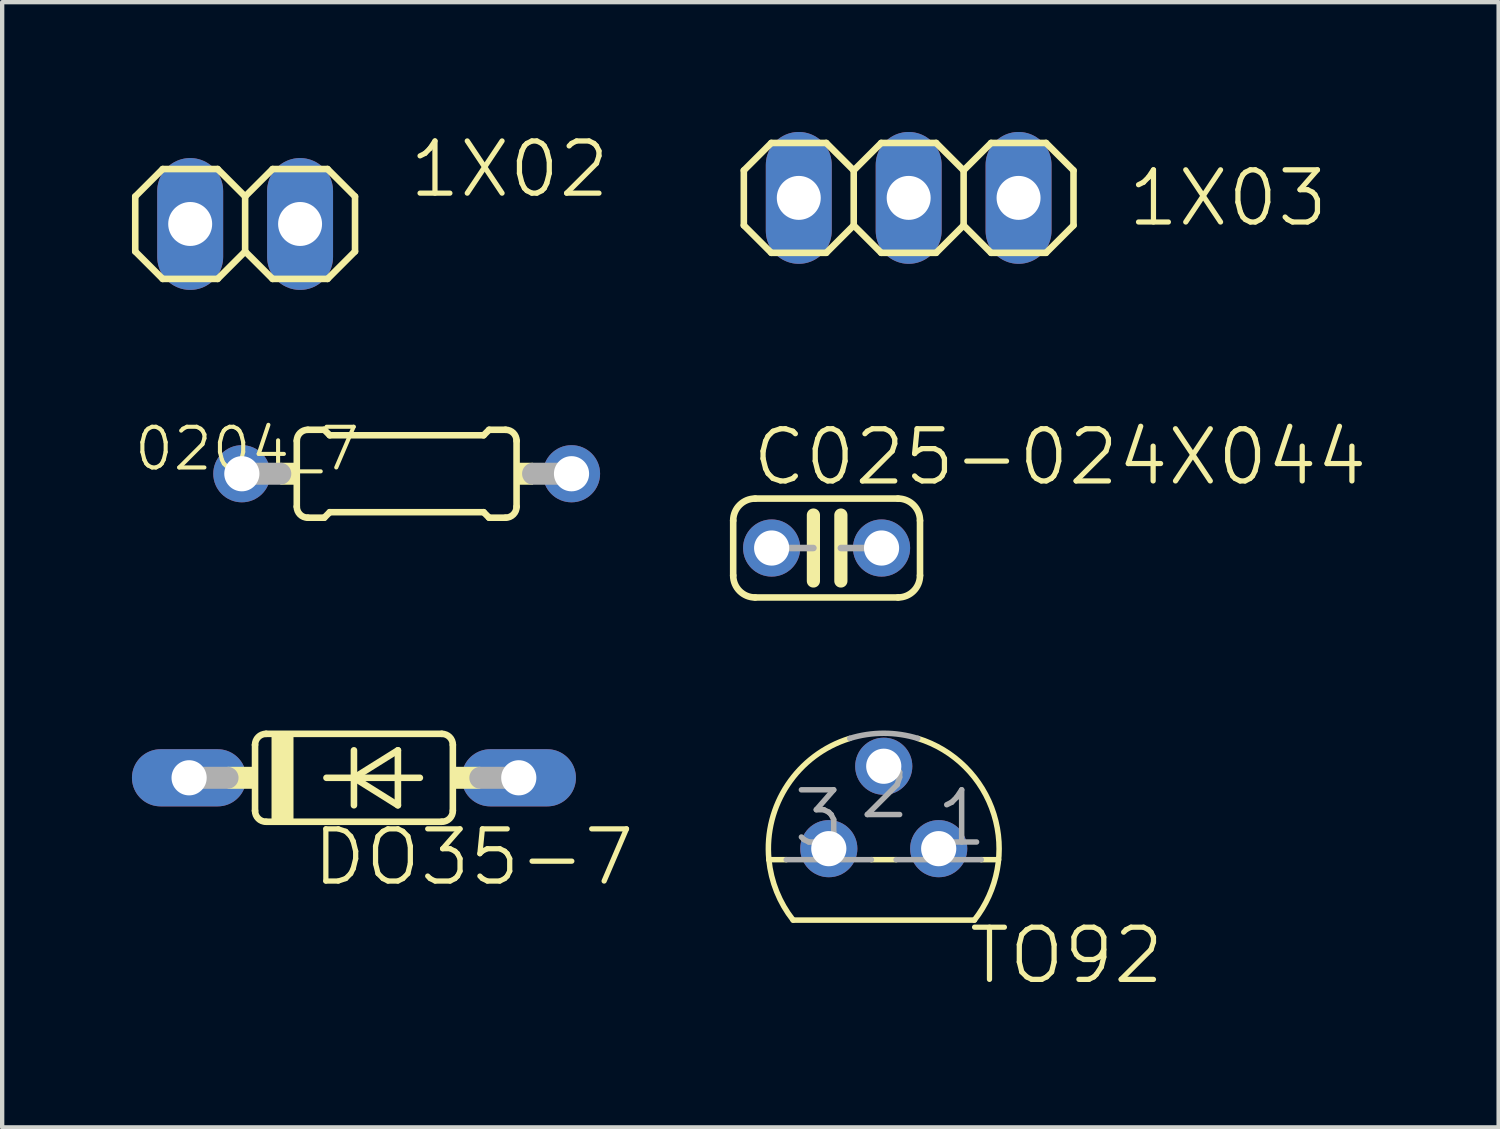
<source format=kicad_pcb>
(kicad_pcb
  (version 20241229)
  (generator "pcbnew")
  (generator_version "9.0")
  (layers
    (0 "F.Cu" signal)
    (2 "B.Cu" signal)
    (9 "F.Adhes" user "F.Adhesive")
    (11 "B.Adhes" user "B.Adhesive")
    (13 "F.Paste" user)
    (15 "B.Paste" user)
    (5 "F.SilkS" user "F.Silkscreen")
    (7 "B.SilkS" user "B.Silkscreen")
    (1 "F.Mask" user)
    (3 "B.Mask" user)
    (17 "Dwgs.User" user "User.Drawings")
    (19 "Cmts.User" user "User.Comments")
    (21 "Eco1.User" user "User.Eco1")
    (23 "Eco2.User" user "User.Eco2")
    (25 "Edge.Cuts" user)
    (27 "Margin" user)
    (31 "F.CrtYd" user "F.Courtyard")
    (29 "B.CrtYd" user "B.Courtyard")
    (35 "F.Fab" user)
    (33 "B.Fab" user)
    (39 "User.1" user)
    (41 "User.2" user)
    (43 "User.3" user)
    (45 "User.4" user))
  (footprint "0204_7"
    (layer "F.Cu")
    (at 6.35 7.9)
    (property "Reference" "0204_7" (at -6.35 -0.025 0) (layer "F.SilkS") (effects (font (size 0.941 0.941) (thickness 0.094)) (justify left bottom)))
    (attr through_hole)
    (fp_line (start -2.54 0.762) (end -2.54 -0.762) (stroke (width 0.152) (type solid)) (layer "F.SilkS"))
    (fp_line (start -2.286 -1.016) (end -1.905 -1.016) (stroke (width 0.152) (type solid)) (layer "F.SilkS"))
    (fp_line (start -2.286 1.016) (end -1.905 1.016) (stroke (width 0.152) (type solid)) (layer "F.SilkS"))
    (fp_line (start -1.778 -0.889) (end -1.905 -1.016) (stroke (width 0.152) (type solid)) (layer "F.SilkS"))
    (fp_line (start -1.778 0.889) (end -1.905 1.016) (stroke (width 0.152) (type solid)) (layer "F.SilkS"))
    (fp_line (start 1.778 -0.889) (end -1.778 -0.889) (stroke (width 0.152) (type solid)) (layer "F.SilkS"))
    (fp_line (start 1.778 -0.889) (end 1.905 -1.016) (stroke (width 0.152) (type solid)) (layer "F.SilkS"))
    (fp_line (start 1.778 0.889) (end -1.778 0.889) (stroke (width 0.152) (type solid)) (layer "F.SilkS"))
    (fp_line (start 1.778 0.889) (end 1.905 1.016) (stroke (width 0.152) (type solid)) (layer "F.SilkS"))
    (fp_line (start 2.286 -1.016) (end 1.905 -1.016) (stroke (width 0.152) (type solid)) (layer "F.SilkS"))
    (fp_line (start 2.286 1.016) (end 1.905 1.016) (stroke (width 0.152) (type solid)) (layer "F.SilkS"))
    (fp_line (start 2.54 0.762) (end 2.54 -0.762) (stroke (width 0.152) (type solid)) (layer "F.SilkS"))
    (fp_arc (start -2.54 -0.762) (mid -2.465605 -0.941605) (end -2.286 -1.016) (stroke (width 0.1524) (type solid)) (layer "F.SilkS"))
    (fp_arc (start -2.286 1.016) (mid -2.465605 0.941605) (end -2.54 0.762) (stroke (width 0.1524) (type solid)) (layer "F.SilkS"))
    (fp_arc (start 2.286 -1.016) (mid 2.465605 -0.941605) (end 2.54 -0.762) (stroke (width 0.1524) (type solid)) (layer "F.SilkS"))
    (fp_arc (start 2.54 0.762) (mid 2.465605 0.941605) (end 2.286 1.016) (stroke (width 0.1524) (type solid)) (layer "F.SilkS"))
    (fp_poly (pts (xy -2.921 0.254) (xy -2.54 0.254) (xy -2.54 -0.254) (xy -2.921 -0.254)) (stroke (width 0) (type solid)) (fill yes) (layer "F.SilkS"))
    (fp_poly (pts (xy 2.54 0.254) (xy 2.921 0.254) (xy 2.921 -0.254) (xy 2.54 -0.254)) (stroke (width 0) (type solid)) (fill yes) (layer "F.SilkS"))
    (fp_line (start -3.81 0) (end -2.921 0) (stroke (width 0.508) (type solid)) (layer "F.Fab"))
    (fp_line (start 3.81 0) (end 2.921 0) (stroke (width 0.508) (type solid)) (layer "F.Fab"))
    (pad "1" thru_hole circle (at -3.81 0) (size 1.321 1.321) (drill 0.813) (layers "*.Cu" "*.Mask"))
    (pad "2" thru_hole circle (at 3.81 0) (size 1.321 1.321) (drill 0.813) (layers "*.Cu" "*.Mask")))
  (footprint "TO92"
    (layer "F.Cu")
    (at 17.377 16.566)
    (property "Reference" "TO92" (at 1.905 3.175 0) (layer "F.SilkS") (effects (font (size 1.206 1.206) (thickness 0.121)) (justify left bottom)))
    (attr through_hole)
    (fp_line (start -2.655 0.254) (end -2.254 0.254) (stroke (width 0.127) (type solid)) (layer "F.SilkS"))
    (fp_line (start -2.095 1.651) (end 2.095 1.651) (stroke (width 0.127) (type solid)) (layer "F.SilkS"))
    (fp_line (start -0.286 0.254) (end 0.286 0.254) (stroke (width 0.127) (type solid)) (layer "F.SilkS"))
    (fp_line (start 2.254 0.254) (end 2.655 0.254) (stroke (width 0.127) (type solid)) (layer "F.SilkS"))
    (fp_arc (start -2.6549 0.254) (mid -2.219001 -1.479566) (end -0.786299 -2.548501) (stroke (width 0.127) (type solid)) (layer "F.SilkS"))
    (fp_arc (start -2.0946 1.651) (mid -2.475347 0.992847) (end -2.654901 0.254) (stroke (width 0.127) (type solid)) (layer "F.SilkS"))
    (fp_arc (start 0.7863 -2.5484) (mid 2.546275 -0.793203) (end 2.094499 1.651) (stroke (width 0.127) (type solid)) (layer "F.SilkS"))
    (fp_line (start -2.254 0.254) (end -0.286 0.254) (stroke (width 0.127) (type solid)) (layer "F.Fab"))
    (fp_line (start 0.286 0.254) (end 2.254 0.254) (stroke (width 0.127) (type solid)) (layer "F.Fab"))
    (fp_arc (start -0.7863 -2.5485) (mid 0 -2.667043) (end 0.7863 -2.5485) (stroke (width 0.127) (type solid)) (layer "F.Fab"))
    (fp_text user "2" (at -0.635 -0.635 0) (layer "F.Fab") (effects (font (size 1.206 1.206) (thickness 0.127)) (justify left bottom)))
    (fp_text user "3" (at -2.159 0 0) (layer "F.Fab") (effects (font (size 1.206 1.206) (thickness 0.127)) (justify left bottom)))
    (fp_text user "1" (at 1.143 0 0) (layer "F.Fab") (effects (font (size 1.206 1.206) (thickness 0.127)) (justify left bottom)))
    (pad "1" thru_hole circle (at 1.27 0) (size 1.321 1.321) (drill 0.813) (layers "*.Cu" "*.Mask"))
    (pad "2" thru_hole circle (at 0 -1.905) (size 1.321 1.321) (drill 0.813) (layers "*.Cu" "*.Mask"))
    (pad "3" thru_hole circle (at -1.27 0) (size 1.321 1.321) (drill 0.813) (layers "*.Cu" "*.Mask")))
  (footprint "DO35-7"
    (layer "F.Cu")
    (at 5.131 14.928)
    (property "Reference" "DO35-7" (at -1.016 2.54 180) (layer "F.SilkS") (effects (font (size 1.206 1.206) (thickness 0.121)) (justify left bottom)))
    (attr through_hole)
    (fp_line (start -2.286 -0.762) (end -2.286 0.762) (stroke (width 0.152) (type solid)) (layer "F.SilkS"))
    (fp_line (start -2.032 -1.016) (end 2.032 -1.016) (stroke (width 0.152) (type solid)) (layer "F.SilkS"))
    (fp_line (start -2.032 1.016) (end 2.032 1.016) (stroke (width 0.152) (type solid)) (layer "F.SilkS"))
    (fp_line (start -0.635 0) (end 0 0) (stroke (width 0.152) (type solid)) (layer "F.SilkS"))
    (fp_line (start 0 -0.635) (end 0 0) (stroke (width 0.152) (type solid)) (layer "F.SilkS"))
    (fp_line (start 0 0) (end 0 0.635) (stroke (width 0.152) (type solid)) (layer "F.SilkS"))
    (fp_line (start 0 0) (end 1.016 -0.635) (stroke (width 0.152) (type solid)) (layer "F.SilkS"))
    (fp_line (start 0 0) (end 1.524 0) (stroke (width 0.152) (type solid)) (layer "F.SilkS"))
    (fp_line (start 1.016 -0.635) (end 1.016 0.635) (stroke (width 0.152) (type solid)) (layer "F.SilkS"))
    (fp_line (start 1.016 0.635) (end 0 0) (stroke (width 0.152) (type solid)) (layer "F.SilkS"))
    (fp_line (start 2.286 -0.762) (end 2.286 0.762) (stroke (width 0.152) (type solid)) (layer "F.SilkS"))
    (fp_arc (start -2.286 -0.762) (mid -2.211605 -0.941605) (end -2.032 -1.016) (stroke (width 0.1524) (type solid)) (layer "F.SilkS"))
    (fp_arc (start -2.032 1.016) (mid -2.211605 0.941605) (end -2.286 0.762) (stroke (width 0.1524) (type solid)) (layer "F.SilkS"))
    (fp_arc (start 2.032 -1.016) (mid 2.211605 -0.941605) (end 2.286 -0.762) (stroke (width 0.1524) (type solid)) (layer "F.SilkS"))
    (fp_arc (start 2.286 0.762) (mid 2.211605 0.941605) (end 2.032 1.016) (stroke (width 0.1524) (type solid)) (layer "F.SilkS"))
    (fp_poly (pts (xy -2.921 0.254) (xy -2.286 0.254) (xy -2.286 -0.254) (xy -2.921 -0.254)) (stroke (width 0) (type solid)) (fill yes) (layer "F.SilkS"))
    (fp_poly (pts (xy -1.905 1.016) (xy -1.397 1.016) (xy -1.397 -1.016) (xy -1.905 -1.016)) (stroke (width 0) (type solid)) (fill yes) (layer "F.SilkS"))
    (fp_poly (pts (xy 2.286 0.254) (xy 2.921 0.254) (xy 2.921 -0.254) (xy 2.286 -0.254)) (stroke (width 0) (type solid)) (fill yes) (layer "F.SilkS"))
    (fp_line (start -3.81 0) (end -2.921 0) (stroke (width 0.508) (type solid)) (layer "F.Fab"))
    (fp_line (start 3.81 0) (end 2.921 0) (stroke (width 0.508) (type solid)) (layer "F.Fab"))
    (pad "A" thru_hole oval (at 3.81 0) (size 2.642 1.321) (drill 0.813) (layers "*.Cu" "*.Mask"))
    (pad "C" thru_hole oval (at -3.81 0) (size 2.642 1.321) (drill 0.813) (layers "*.Cu" "*.Mask")))
  (footprint "C025-024X044"
    (layer "F.Cu")
    (at 16.056 9.617)
    (property "Reference" "C025-024X044" (at -1.778 -1.397 180) (layer "F.SilkS") (effects (font (size 1.206 1.206) (thickness 0.121)) (justify left bottom)))
    (attr through_hole)
    (fp_line (start -2.159 0.635) (end -2.159 -0.635) (stroke (width 0.152) (type solid)) (layer "F.SilkS"))
    (fp_line (start -0.305 -0.762) (end -0.305 0.762) (stroke (width 0.305) (type solid)) (layer "F.SilkS"))
    (fp_line (start 0.33 -0.762) (end 0.33 0.762) (stroke (width 0.305) (type solid)) (layer "F.SilkS"))
    (fp_line (start 1.651 -1.143) (end -1.651 -1.143) (stroke (width 0.152) (type solid)) (layer "F.SilkS"))
    (fp_line (start 1.651 1.143) (end -1.651 1.143) (stroke (width 0.152) (type solid)) (layer "F.SilkS"))
    (fp_line (start 2.159 0.635) (end 2.159 -0.635) (stroke (width 0.152) (type solid)) (layer "F.SilkS"))
    (fp_arc (start -2.159 -0.635) (mid -2.01021 -0.99421) (end -1.651 -1.143) (stroke (width 0.1524) (type solid)) (layer "F.SilkS"))
    (fp_arc (start -1.651 1.143) (mid -2.01021 0.99421) (end -2.159 0.635) (stroke (width 0.1524) (type solid)) (layer "F.SilkS"))
    (fp_arc (start 1.651 -1.143) (mid 2.01021 -0.99421) (end 2.159 -0.635) (stroke (width 0.1524) (type solid)) (layer "F.SilkS"))
    (fp_arc (start 2.159 0.635) (mid 2.01021 0.99421) (end 1.651 1.143) (stroke (width 0.1524) (type solid)) (layer "F.SilkS"))
    (fp_line (start -1.27 0) (end -0.305 0) (stroke (width 0.152) (type solid)) (layer "F.Fab"))
    (fp_line (start 1.27 0) (end 0.33 0) (stroke (width 0.152) (type solid)) (layer "F.Fab"))
    (pad "1" thru_hole circle (at -1.27 0) (size 1.321 1.321) (drill 0.813) (layers "*.Cu" "*.Mask"))
    (pad "2" thru_hole circle (at 1.27 0) (size 1.321 1.321) (drill 0.813) (layers "*.Cu" "*.Mask")))
  (footprint "1X03"
    (layer "F.Cu")
    (at 17.953 1.524)
    (property "Reference" "1X03" (at 5.004 0.711 0) (layer "F.SilkS") (effects (font (size 1.206 1.206) (thickness 0.121)) (justify left bottom)))
    (attr through_hole)
    (fp_line (start -3.81 -0.635) (end -3.81 0.635) (stroke (width 0.152) (type solid)) (layer "F.SilkS"))
    (fp_line (start -3.81 0.635) (end -3.175 1.27) (stroke (width 0.152) (type solid)) (layer "F.SilkS"))
    (fp_line (start -3.175 -1.27) (end -3.81 -0.635) (stroke (width 0.152) (type solid)) (layer "F.SilkS"))
    (fp_line (start -3.175 -1.27) (end -1.905 -1.27) (stroke (width 0.152) (type solid)) (layer "F.SilkS"))
    (fp_line (start -1.905 -1.27) (end -1.27 -0.635) (stroke (width 0.152) (type solid)) (layer "F.SilkS"))
    (fp_line (start -1.905 1.27) (end -3.175 1.27) (stroke (width 0.152) (type solid)) (layer "F.SilkS"))
    (fp_line (start -1.27 -0.635) (end -1.27 0.635) (stroke (width 0.152) (type solid)) (layer "F.SilkS"))
    (fp_line (start -1.27 -0.635) (end -0.635 -1.27) (stroke (width 0.152) (type solid)) (layer "F.SilkS"))
    (fp_line (start -1.27 0.635) (end -1.905 1.27) (stroke (width 0.152) (type solid)) (layer "F.SilkS"))
    (fp_line (start -0.635 -1.27) (end 0.635 -1.27) (stroke (width 0.152) (type solid)) (layer "F.SilkS"))
    (fp_line (start -0.635 1.27) (end -1.27 0.635) (stroke (width 0.152) (type solid)) (layer "F.SilkS"))
    (fp_line (start 0.635 -1.27) (end 1.27 -0.635) (stroke (width 0.152) (type solid)) (layer "F.SilkS"))
    (fp_line (start 0.635 1.27) (end -0.635 1.27) (stroke (width 0.152) (type solid)) (layer "F.SilkS"))
    (fp_line (start 1.27 -0.635) (end 1.27 0.635) (stroke (width 0.152) (type solid)) (layer "F.SilkS"))
    (fp_line (start 1.27 -0.635) (end 1.905 -1.27) (stroke (width 0.152) (type solid)) (layer "F.SilkS"))
    (fp_line (start 1.27 0.635) (end 0.635 1.27) (stroke (width 0.152) (type solid)) (layer "F.SilkS"))
    (fp_line (start 1.905 -1.27) (end 3.175 -1.27) (stroke (width 0.152) (type solid)) (layer "F.SilkS"))
    (fp_line (start 1.905 1.27) (end 1.27 0.635) (stroke (width 0.152) (type solid)) (layer "F.SilkS"))
    (fp_line (start 3.175 -1.27) (end 3.81 -0.635) (stroke (width 0.152) (type solid)) (layer "F.SilkS"))
    (fp_line (start 3.175 1.27) (end 1.905 1.27) (stroke (width 0.152) (type solid)) (layer "F.SilkS"))
    (fp_line (start 3.81 -0.635) (end 3.81 0.635) (stroke (width 0.152) (type solid)) (layer "F.SilkS"))
    (fp_line (start 3.81 0.635) (end 3.175 1.27) (stroke (width 0.152) (type solid)) (layer "F.SilkS"))
    (fp_poly (pts (xy -2.794 0.254) (xy -2.286 0.254) (xy -2.286 -0.254) (xy -2.794 -0.254)) (stroke (width 0.1) (type solid)) (fill no) (layer "F.Fab"))
    (fp_poly (pts (xy -0.254 0.254) (xy 0.254 0.254) (xy 0.254 -0.254) (xy -0.254 -0.254)) (stroke (width 0.1) (type solid)) (fill no) (layer "F.Fab"))
    (fp_poly (pts (xy 2.286 0.254) (xy 2.794 0.254) (xy 2.794 -0.254) (xy 2.286 -0.254)) (stroke (width 0.1) (type solid)) (fill no) (layer "F.Fab"))
    (pad "1" thru_hole oval (at -2.54 0 90) (size 3.048 1.524) (drill 1.016) (layers "*.Cu" "*.Mask"))
    (pad "2" thru_hole oval (at 0 0 90) (size 3.048 1.524) (drill 1.016) (layers "*.Cu" "*.Mask"))
    (pad "3" thru_hole oval (at 2.54 0 90) (size 3.048 1.524) (drill 1.016) (layers "*.Cu" "*.Mask")))
  (footprint "1X02"
    (layer "F.Cu")
    (at 2.616 2.127)
    (property "Reference" "1X02" (at 3.734 -0.559 180) (layer "F.SilkS") (effects (font (size 1.206 1.206) (thickness 0.121)) (justify left bottom)))
    (attr through_hole)
    (fp_line (start -2.54 -0.635) (end -2.54 0.635) (stroke (width 0.152) (type solid)) (layer "F.SilkS"))
    (fp_line (start -2.54 0.635) (end -1.905 1.27) (stroke (width 0.152) (type solid)) (layer "F.SilkS"))
    (fp_line (start -1.905 -1.27) (end -2.54 -0.635) (stroke (width 0.152) (type solid)) (layer "F.SilkS"))
    (fp_line (start -1.905 -1.27) (end -0.635 -1.27) (stroke (width 0.152) (type solid)) (layer "F.SilkS"))
    (fp_line (start -0.635 -1.27) (end 0 -0.635) (stroke (width 0.152) (type solid)) (layer "F.SilkS"))
    (fp_line (start -0.635 1.27) (end -1.905 1.27) (stroke (width 0.152) (type solid)) (layer "F.SilkS"))
    (fp_line (start 0 -0.635) (end 0 0.635) (stroke (width 0.152) (type solid)) (layer "F.SilkS"))
    (fp_line (start 0 -0.635) (end 0.635 -1.27) (stroke (width 0.152) (type solid)) (layer "F.SilkS"))
    (fp_line (start 0 0.635) (end -0.635 1.27) (stroke (width 0.152) (type solid)) (layer "F.SilkS"))
    (fp_line (start 0.635 -1.27) (end 1.905 -1.27) (stroke (width 0.152) (type solid)) (layer "F.SilkS"))
    (fp_line (start 0.635 1.27) (end 0 0.635) (stroke (width 0.152) (type solid)) (layer "F.SilkS"))
    (fp_line (start 1.905 -1.27) (end 2.54 -0.635) (stroke (width 0.152) (type solid)) (layer "F.SilkS"))
    (fp_line (start 1.905 1.27) (end 0.635 1.27) (stroke (width 0.152) (type solid)) (layer "F.SilkS"))
    (fp_line (start 2.54 -0.635) (end 2.54 0.635) (stroke (width 0.152) (type solid)) (layer "F.SilkS"))
    (fp_line (start 2.54 0.635) (end 1.905 1.27) (stroke (width 0.152) (type solid)) (layer "F.SilkS"))
    (fp_poly (pts (xy -1.524 0.254) (xy -1.016 0.254) (xy -1.016 -0.254) (xy -1.524 -0.254)) (stroke (width 0.1) (type solid)) (fill no) (layer "F.Fab"))
    (fp_poly (pts (xy 1.016 0.254) (xy 1.524 0.254) (xy 1.524 -0.254) (xy 1.016 -0.254)) (stroke (width 0.1) (type solid)) (fill no) (layer "F.Fab"))
    (pad "1" thru_hole oval (at -1.27 0 90) (size 3.048 1.524) (drill 1.016) (layers "*.Cu" "*.Mask"))
    (pad "2" thru_hole oval (at 1.27 0 90) (size 3.048 1.524) (drill 1.016) (layers "*.Cu" "*.Mask")))
  (gr_rect
    (start -3 -3)
    (end 31.589 23.008)
    (stroke (width 0.1) (type default))
    (fill no)
    (layer "Edge.Cuts")))
</source>
